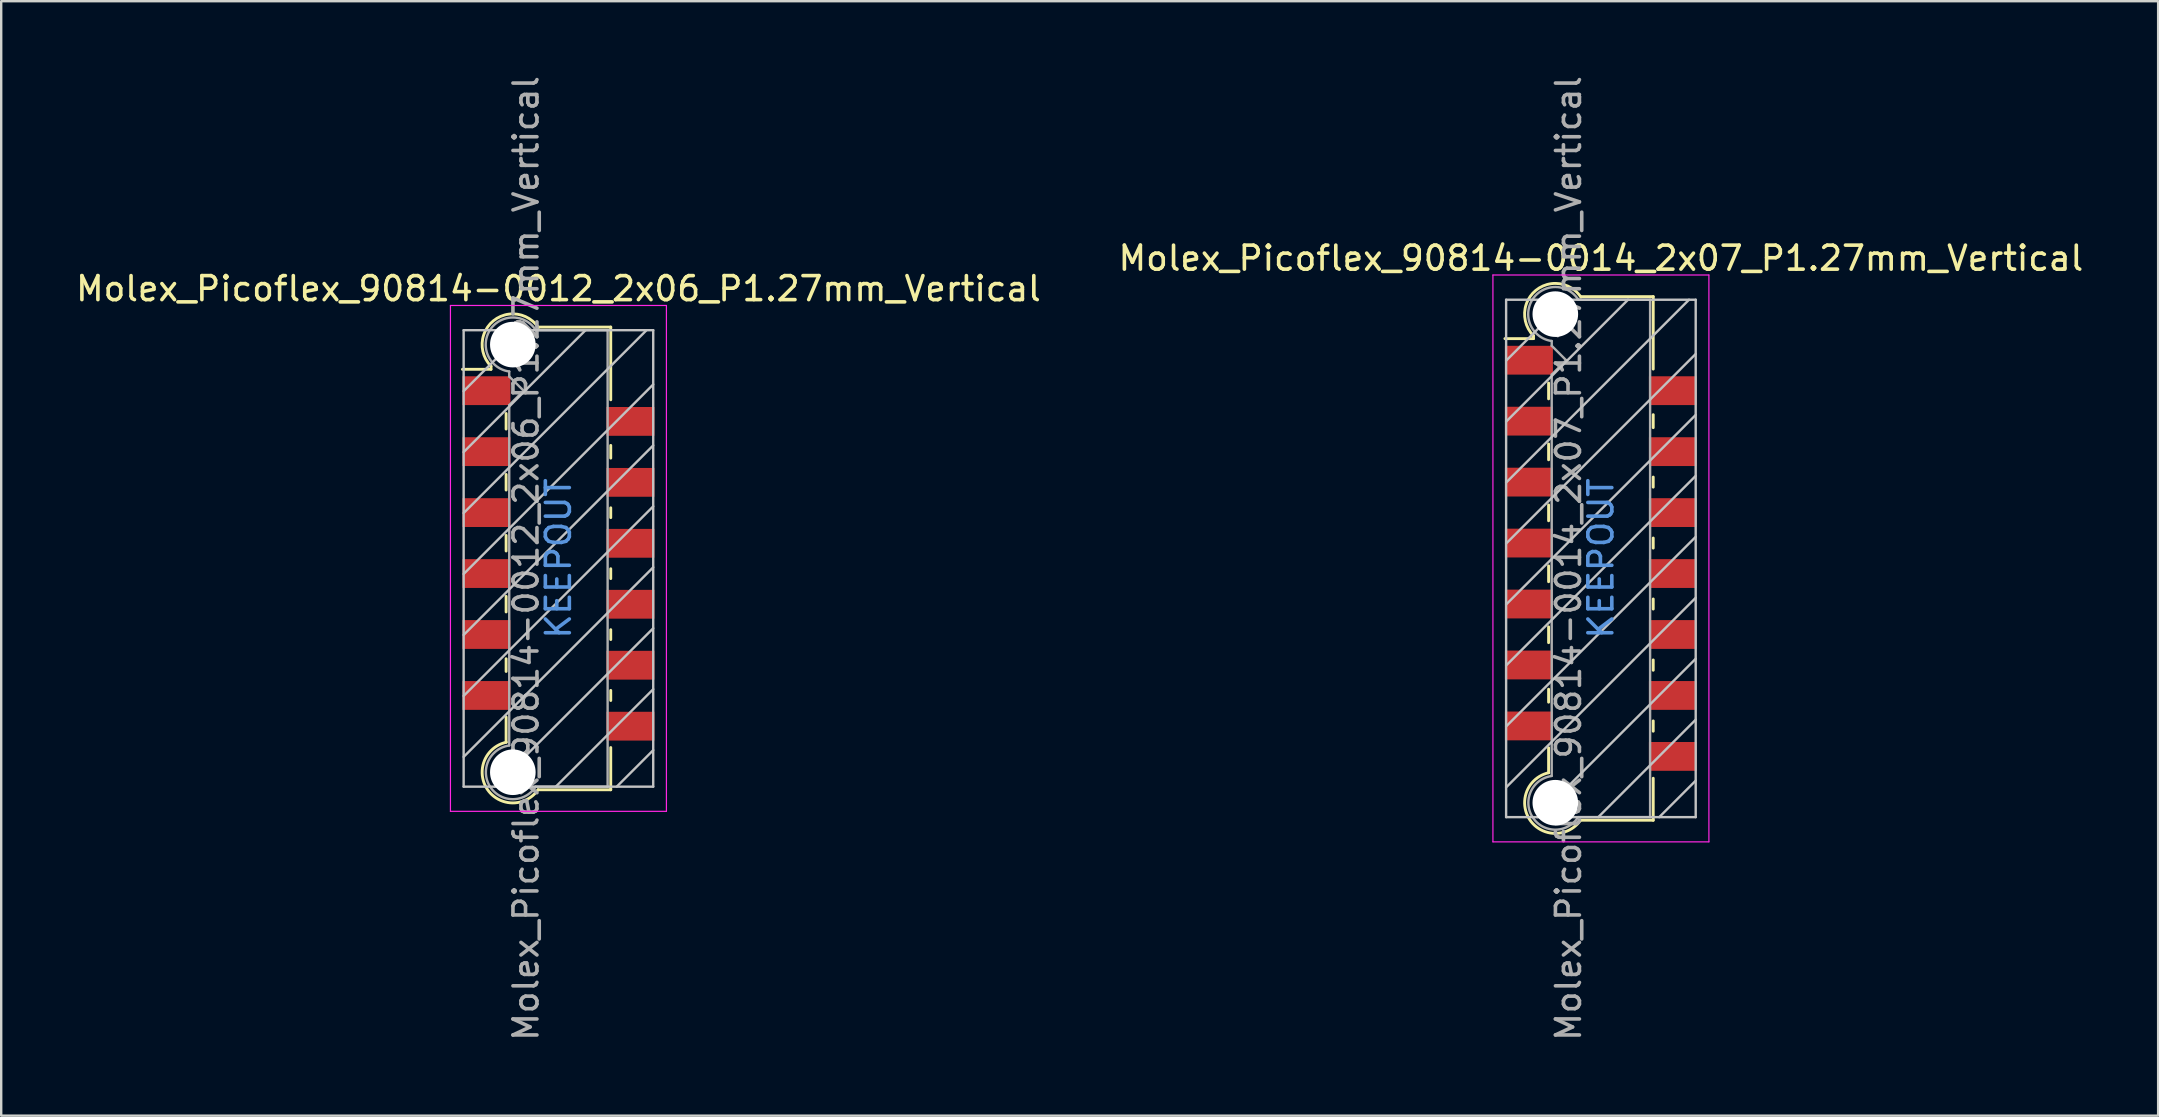
<source format=kicad_pcb>
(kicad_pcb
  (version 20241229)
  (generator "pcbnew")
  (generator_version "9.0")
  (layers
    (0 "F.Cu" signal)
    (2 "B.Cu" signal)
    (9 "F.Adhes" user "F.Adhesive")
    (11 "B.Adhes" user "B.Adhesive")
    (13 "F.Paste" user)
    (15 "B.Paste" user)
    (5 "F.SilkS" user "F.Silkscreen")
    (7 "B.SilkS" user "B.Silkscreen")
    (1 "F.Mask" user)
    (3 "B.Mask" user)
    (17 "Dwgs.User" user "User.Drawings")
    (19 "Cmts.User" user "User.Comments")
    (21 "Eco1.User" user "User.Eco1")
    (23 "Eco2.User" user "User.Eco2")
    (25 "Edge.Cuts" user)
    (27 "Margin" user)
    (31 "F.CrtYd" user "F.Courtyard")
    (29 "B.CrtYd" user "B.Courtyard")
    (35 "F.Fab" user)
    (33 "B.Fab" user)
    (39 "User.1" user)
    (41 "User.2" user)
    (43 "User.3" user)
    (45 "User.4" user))
  (footprint "Molex_Picoflex_90814-0014_2x07_P1.27mm_Vertical"
    (layer "F.Cu")
    (at 63.661 20.22)
    (property "Reference" "Molex_Picoflex_90814-0014_2x07_P1.27mm_Vertical" (at 0 -12.51 0) (layer "F.SilkS") (effects (font (size 1 1) (thickness 0.15))))
    (attr smd)
    (fp_line (start -2.81 -9.28) (end -2.81 -9.16) (stroke (width 0.12) (type solid)) (layer "F.SilkS"))
    (fp_line (start -2.81 -9.16) (end -4 -9.16) (stroke (width 0.12) (type solid)) (layer "F.SilkS"))
    (fp_line (start -2.18 -6.65) (end -2.18 -7.31) (stroke (width 0.12) (type solid)) (layer "F.SilkS"))
    (fp_line (start -2.18 -4.11) (end -2.18 -4.77) (stroke (width 0.12) (type solid)) (layer "F.SilkS"))
    (fp_line (start -2.18 -1.57) (end -2.18 -2.23) (stroke (width 0.12) (type solid)) (layer "F.SilkS"))
    (fp_line (start -2.18 0.97) (end -2.18 0.31) (stroke (width 0.12) (type solid)) (layer "F.SilkS"))
    (fp_line (start -2.18 3.51) (end -2.18 2.85) (stroke (width 0.12) (type solid)) (layer "F.SilkS"))
    (fp_line (start -2.18 5.99) (end -2.18 5.45) (stroke (width 0.12) (type solid)) (layer "F.SilkS"))
    (fp_line (start -2.18 8.93) (end -2.18 7.89) (stroke (width 0.12) (type solid)) (layer "F.SilkS"))
    (fp_line (start 2.18 -10.91) (end -0.82 -10.91) (stroke (width 0.12) (type solid)) (layer "F.SilkS"))
    (fp_line (start 2.18 -10.91) (end 2.18 -7.89) (stroke (width 0.12) (type solid)) (layer "F.SilkS"))
    (fp_line (start 2.18 -5.99) (end 2.18 -5.45) (stroke (width 0.12) (type solid)) (layer "F.SilkS"))
    (fp_line (start 2.18 -3.39) (end 2.18 -2.97) (stroke (width 0.12) (type solid)) (layer "F.SilkS"))
    (fp_line (start 2.18 -0.85) (end 2.18 -0.43) (stroke (width 0.12) (type solid)) (layer "F.SilkS"))
    (fp_line (start 2.18 1.69) (end 2.18 2.11) (stroke (width 0.12) (type solid)) (layer "F.SilkS"))
    (fp_line (start 2.18 4.23) (end 2.18 4.66) (stroke (width 0.12) (type solid)) (layer "F.SilkS"))
    (fp_line (start 2.18 6.77) (end 2.18 7.2) (stroke (width 0.12) (type solid)) (layer "F.SilkS"))
    (fp_line (start 2.18 9.16) (end 2.18 10.91) (stroke (width 0.12) (type solid)) (layer "F.SilkS"))
    (fp_line (start 2.18 10.91) (end -0.85 10.91) (stroke (width 0.12) (type solid)) (layer "F.SilkS"))
    (fp_arc (start -2.81 -9.28) (mid -2.708637 -11.172072) (end -0.834991 -10.889828) (stroke (width 0.12) (type solid)) (layer "F.SilkS"))
    (fp_arc (start -0.85 10.91) (mid -2.962791 10.891248) (end -2.174424 8.930964) (stroke (width 0.12) (type solid)) (layer "F.SilkS"))
    (fp_line (start -3.95 -10.78) (end -3.95 10.78) (stroke (width 0.1) (type solid)) (layer "Dwgs.User"))
    (fp_line (start -3.95 -8.24) (end -1.41 -10.78) (stroke (width 0.1) (type solid)) (layer "Dwgs.User"))
    (fp_line (start -3.95 -5.7) (end 1.13 -10.78) (stroke (width 0.1) (type solid)) (layer "Dwgs.User"))
    (fp_line (start -3.95 -3.16) (end 3.67 -10.78) (stroke (width 0.1) (type solid)) (layer "Dwgs.User"))
    (fp_line (start -3.95 -0.62) (end 3.95 -8.52) (stroke (width 0.1) (type solid)) (layer "Dwgs.User"))
    (fp_line (start -3.95 1.92) (end 3.95 -5.98) (stroke (width 0.1) (type solid)) (layer "Dwgs.User"))
    (fp_line (start -3.95 4.46) (end 3.95 -3.44) (stroke (width 0.1) (type solid)) (layer "Dwgs.User"))
    (fp_line (start -3.95 7) (end 3.95 -0.9) (stroke (width 0.1) (type solid)) (layer "Dwgs.User"))
    (fp_line (start -3.95 9.54) (end 3.95 1.64) (stroke (width 0.1) (type solid)) (layer "Dwgs.User"))
    (fp_line (start -3.95 10.78) (end 3.95 10.78) (stroke (width 0.1) (type solid)) (layer "Dwgs.User"))
    (fp_line (start -2.65 10.78) (end 3.95 4.18) (stroke (width 0.1) (type solid)) (layer "Dwgs.User"))
    (fp_line (start -0.11 10.78) (end 3.95 6.72) (stroke (width 0.1) (type solid)) (layer "Dwgs.User"))
    (fp_line (start 2.43 10.78) (end 3.95 9.26) (stroke (width 0.1) (type solid)) (layer "Dwgs.User"))
    (fp_line (start 3.95 -10.78) (end -3.95 -10.78) (stroke (width 0.1) (type solid)) (layer "Dwgs.User"))
    (fp_line (start 3.95 10.78) (end 3.95 -10.78) (stroke (width 0.1) (type solid)) (layer "Dwgs.User"))
    (fp_line (start -4.5 -11.81) (end -4.5 11.81) (stroke (width 0.05) (type solid)) (layer "F.CrtYd"))
    (fp_line (start -4.5 11.81) (end 4.5 11.81) (stroke (width 0.05) (type solid)) (layer "F.CrtYd"))
    (fp_line (start 4.5 -11.81) (end -4.5 -11.81) (stroke (width 0.05) (type solid)) (layer "F.CrtYd"))
    (fp_line (start 4.5 11.81) (end 4.5 -11.81) (stroke (width 0.05) (type solid)) (layer "F.CrtYd"))
    (fp_line (start -2.05 -8.86) (end -2.05 -9.06) (stroke (width 0.1) (type solid)) (layer "F.Fab"))
    (fp_line (start -2.05 -7.66) (end -1.45 -8.26) (stroke (width 0.1) (type solid)) (layer "F.Fab"))
    (fp_line (start -2.05 9.06) (end -2.05 -7.66) (stroke (width 0.1) (type solid)) (layer "F.Fab"))
    (fp_line (start -1.45 -8.26) (end -2.05 -8.86) (stroke (width 0.1) (type solid)) (layer "F.Fab"))
    (fp_line (start 2.05 -10.78) (end -0.93 -10.78) (stroke (width 0.1) (type solid)) (layer "F.Fab"))
    (fp_line (start 2.05 -10.78) (end 2.05 10.78) (stroke (width 0.1) (type solid)) (layer "F.Fab"))
    (fp_line (start 2.05 10.78) (end -0.95 10.78) (stroke (width 0.1) (type solid)) (layer "F.Fab"))
    (fp_arc (start -2.05 -9.06) (mid -2.851672 -10.789279) (end -0.945612 -10.785015) (stroke (width 0.1) (type solid)) (layer "F.Fab"))
    (fp_arc (start -0.95 10.78) (mid -2.845272 10.787422) (end -2.051022 9.066585) (stroke (width 0.1) (type solid)) (layer "F.Fab"))
    (fp_text user "KEEPOUT" (at 0 0 90) (layer "Cmts.User") (effects (font (size 1 1) (thickness 0.15))))
    (fp_text user "${REFERENCE}" (at -1.35 0 90) (layer "F.Fab") (effects (font (size 1 1) (thickness 0.15))))
    (pad "" np_thru_hole circle (at -1.9 -10.18) (size 1.9 1.9) (drill 1.9) (layers "*.Cu" "*.Mask"))
    (pad "" np_thru_hole circle (at -1.9 10.18) (size 1.9 1.9) (drill 1.9) (layers "*.Cu" "*.Mask"))
    (pad "1" smd rect (at -3 -8.26) (size 2 1.2) (layers "F.Cu" "F.Mask" "F.Paste"))
    (pad "2" smd rect (at 3 -6.99) (size 2 1.2) (layers "F.Cu" "F.Mask" "F.Paste"))
    (pad "3" smd rect (at -3 -5.72) (size 2 1.2) (layers "F.Cu" "F.Mask" "F.Paste"))
    (pad "4" smd rect (at 3 -4.45) (size 2 1.2) (layers "F.Cu" "F.Mask" "F.Paste"))
    (pad "5" smd rect (at -3 -3.18) (size 2 1.2) (layers "F.Cu" "F.Mask" "F.Paste"))
    (pad "6" smd rect (at 3 -1.91) (size 2 1.2) (layers "F.Cu" "F.Mask" "F.Paste"))
    (pad "7" smd rect (at -3 -0.64) (size 2 1.2) (layers "F.Cu" "F.Mask" "F.Paste"))
    (pad "8" smd rect (at 3 0.63) (size 2 1.2) (layers "F.Cu" "F.Mask" "F.Paste"))
    (pad "9" smd rect (at -3 1.9) (size 2 1.2) (layers "F.Cu" "F.Mask" "F.Paste"))
    (pad "10" smd rect (at 3 3.17) (size 2 1.2) (layers "F.Cu" "F.Mask" "F.Paste"))
    (pad "11" smd rect (at -3 4.44) (size 2 1.2) (layers "F.Cu" "F.Mask" "F.Paste"))
    (pad "12" smd rect (at 3 5.71) (size 2 1.2) (layers "F.Cu" "F.Mask" "F.Paste"))
    (pad "13" smd rect (at -3 6.98) (size 2 1.2) (layers "F.Cu" "F.Mask" "F.Paste"))
    (pad "14" smd rect (at 3 8.25) (size 2 1.2) (layers "F.Cu" "F.Mask" "F.Paste")))
  (footprint "Molex_Picoflex_90814-0012_2x06_P1.27mm_Vertical"
    (layer "F.Cu")
    (at 20.22 20.22)
    (property "Reference" "Molex_Picoflex_90814-0012_2x06_P1.27mm_Vertical" (at 0 -11.24 0) (layer "F.SilkS") (effects (font (size 1 1) (thickness 0.15))))
    (attr smd)
    (fp_line (start -2.81 -8.01) (end -2.81 -7.88) (stroke (width 0.12) (type solid)) (layer "F.SilkS"))
    (fp_line (start -2.81 -7.88) (end -4 -7.88) (stroke (width 0.12) (type solid)) (layer "F.SilkS"))
    (fp_line (start -2.18 -5.39) (end -2.18 -6.04) (stroke (width 0.12) (type solid)) (layer "F.SilkS"))
    (fp_line (start -2.18 -2.85) (end -2.18 -3.5) (stroke (width 0.12) (type solid)) (layer "F.SilkS"))
    (fp_line (start -2.18 -0.31) (end -2.18 -0.96) (stroke (width 0.12) (type solid)) (layer "F.SilkS"))
    (fp_line (start -2.18 2.23) (end -2.18 1.58) (stroke (width 0.12) (type solid)) (layer "F.SilkS"))
    (fp_line (start -2.18 4.71) (end -2.18 4.18) (stroke (width 0.12) (type solid)) (layer "F.SilkS"))
    (fp_line (start -2.18 7.66) (end -2.18 6.61) (stroke (width 0.12) (type solid)) (layer "F.SilkS"))
    (fp_line (start 2.18 -9.64) (end -0.82 -9.64) (stroke (width 0.12) (type solid)) (layer "F.SilkS"))
    (fp_line (start 2.18 -9.64) (end 2.18 -6.61) (stroke (width 0.12) (type solid)) (layer "F.SilkS"))
    (fp_line (start 2.18 -4.71) (end 2.18 -4.18) (stroke (width 0.12) (type solid)) (layer "F.SilkS"))
    (fp_line (start 2.18 -2.11) (end 2.18 -1.7) (stroke (width 0.12) (type solid)) (layer "F.SilkS"))
    (fp_line (start 2.18 0.43) (end 2.18 0.84) (stroke (width 0.12) (type solid)) (layer "F.SilkS"))
    (fp_line (start 2.18 2.97) (end 2.18 3.38) (stroke (width 0.12) (type solid)) (layer "F.SilkS"))
    (fp_line (start 2.18 5.5) (end 2.18 5.92) (stroke (width 0.12) (type solid)) (layer "F.SilkS"))
    (fp_line (start 2.18 7.88) (end 2.18 9.64) (stroke (width 0.12) (type solid)) (layer "F.SilkS"))
    (fp_line (start 2.18 9.64) (end -0.85 9.64) (stroke (width 0.12) (type solid)) (layer "F.SilkS"))
    (fp_arc (start -2.81 -8.01) (mid -2.708637 -9.902072) (end -0.834991 -9.619828) (stroke (width 0.12) (type solid)) (layer "F.SilkS"))
    (fp_arc (start -0.85 9.64) (mid -2.962791 9.621248) (end -2.174424 7.660964) (stroke (width 0.12) (type solid)) (layer "F.SilkS"))
    (fp_line (start -3.95 -9.51) (end -3.95 9.51) (stroke (width 0.1) (type solid)) (layer "Dwgs.User"))
    (fp_line (start -3.95 -6.97) (end -1.41 -9.51) (stroke (width 0.1) (type solid)) (layer "Dwgs.User"))
    (fp_line (start -3.95 -4.43) (end 1.13 -9.51) (stroke (width 0.1) (type solid)) (layer "Dwgs.User"))
    (fp_line (start -3.95 -1.89) (end 3.67 -9.51) (stroke (width 0.1) (type solid)) (layer "Dwgs.User"))
    (fp_line (start -3.95 0.65) (end 3.95 -7.25) (stroke (width 0.1) (type solid)) (layer "Dwgs.User"))
    (fp_line (start -3.95 3.19) (end 3.95 -4.71) (stroke (width 0.1) (type solid)) (layer "Dwgs.User"))
    (fp_line (start -3.95 5.73) (end 3.95 -2.17) (stroke (width 0.1) (type solid)) (layer "Dwgs.User"))
    (fp_line (start -3.95 8.27) (end 3.95 0.37) (stroke (width 0.1) (type solid)) (layer "Dwgs.User"))
    (fp_line (start -3.95 9.51) (end 3.95 9.51) (stroke (width 0.1) (type solid)) (layer "Dwgs.User"))
    (fp_line (start -2.65 9.51) (end 3.95 2.91) (stroke (width 0.1) (type solid)) (layer "Dwgs.User"))
    (fp_line (start -0.11 9.51) (end 3.95 5.45) (stroke (width 0.1) (type solid)) (layer "Dwgs.User"))
    (fp_line (start 2.43 9.51) (end 3.95 7.99) (stroke (width 0.1) (type solid)) (layer "Dwgs.User"))
    (fp_line (start 3.95 -9.51) (end -3.95 -9.51) (stroke (width 0.1) (type solid)) (layer "Dwgs.User"))
    (fp_line (start 3.95 9.51) (end 3.95 -9.51) (stroke (width 0.1) (type solid)) (layer "Dwgs.User"))
    (fp_line (start -4.5 -10.54) (end -4.5 10.54) (stroke (width 0.05) (type solid)) (layer "F.CrtYd"))
    (fp_line (start -4.5 10.54) (end 4.5 10.54) (stroke (width 0.05) (type solid)) (layer "F.CrtYd"))
    (fp_line (start 4.5 -10.54) (end -4.5 -10.54) (stroke (width 0.05) (type solid)) (layer "F.CrtYd"))
    (fp_line (start 4.5 10.54) (end 4.5 -10.54) (stroke (width 0.05) (type solid)) (layer "F.CrtYd"))
    (fp_line (start -2.05 -7.58) (end -2.05 -7.79) (stroke (width 0.1) (type solid)) (layer "F.Fab"))
    (fp_line (start -2.05 -6.39) (end -1.45 -6.99) (stroke (width 0.1) (type solid)) (layer "F.Fab"))
    (fp_line (start -2.05 7.79) (end -2.05 -6.39) (stroke (width 0.1) (type solid)) (layer "F.Fab"))
    (fp_line (start -1.45 -6.99) (end -2.05 -7.58) (stroke (width 0.1) (type solid)) (layer "F.Fab"))
    (fp_line (start 2.05 -9.51) (end -0.93 -9.51) (stroke (width 0.1) (type solid)) (layer "F.Fab"))
    (fp_line (start 2.05 -9.51) (end 2.05 9.51) (stroke (width 0.1) (type solid)) (layer "F.Fab"))
    (fp_line (start 2.05 9.51) (end -0.95 9.51) (stroke (width 0.1) (type solid)) (layer "F.Fab"))
    (fp_arc (start -2.05 -7.79) (mid -2.851672 -9.519279) (end -0.945612 -9.515015) (stroke (width 0.1) (type solid)) (layer "F.Fab"))
    (fp_arc (start -0.95 9.51) (mid -2.845272 9.517422) (end -2.051022 7.796585) (stroke (width 0.1) (type solid)) (layer "F.Fab"))
    (fp_text user "KEEPOUT" (at 0 0 90) (layer "Cmts.User") (effects (font (size 1 1) (thickness 0.15))))
    (fp_text user "${REFERENCE}" (at -1.35 0 90) (layer "F.Fab") (effects (font (size 1 1) (thickness 0.15))))
    (pad "" np_thru_hole circle (at -1.9 -8.91) (size 1.9 1.9) (drill 1.9) (layers "*.Cu" "*.Mask"))
    (pad "" np_thru_hole circle (at -1.9 8.91) (size 1.9 1.9) (drill 1.9) (layers "*.Cu" "*.Mask"))
    (pad "1" smd rect (at -3 -6.99) (size 2 1.2) (layers "F.Cu" "F.Mask" "F.Paste"))
    (pad "2" smd rect (at 3 -5.71) (size 2 1.2) (layers "F.Cu" "F.Mask" "F.Paste"))
    (pad "3" smd rect (at -3 -4.45) (size 2 1.2) (layers "F.Cu" "F.Mask" "F.Paste"))
    (pad "4" smd rect (at 3 -3.17) (size 2 1.2) (layers "F.Cu" "F.Mask" "F.Paste"))
    (pad "5" smd rect (at -3 -1.91) (size 2 1.2) (layers "F.Cu" "F.Mask" "F.Paste"))
    (pad "6" smd rect (at 3 -0.63) (size 2 1.2) (layers "F.Cu" "F.Mask" "F.Paste"))
    (pad "7" smd rect (at -3 0.63) (size 2 1.2) (layers "F.Cu" "F.Mask" "F.Paste"))
    (pad "8" smd rect (at 3 1.91) (size 2 1.2) (layers "F.Cu" "F.Mask" "F.Paste"))
    (pad "9" smd rect (at -3 3.17) (size 2 1.2) (layers "F.Cu" "F.Mask" "F.Paste"))
    (pad "10" smd rect (at 3 4.45) (size 2 1.2) (layers "F.Cu" "F.Mask" "F.Paste"))
    (pad "11" smd rect (at -3 5.71) (size 2 1.2) (layers "F.Cu" "F.Mask" "F.Paste"))
    (pad "12" smd rect (at 3 6.99) (size 2 1.2) (layers "F.Cu" "F.Mask" "F.Paste")))
  (gr_rect
    (start -3 -3)
    (end 86.881 43.44)
    (stroke (width 0.1) (type default))
    (fill no)
    (layer "Edge.Cuts")))
</source>
